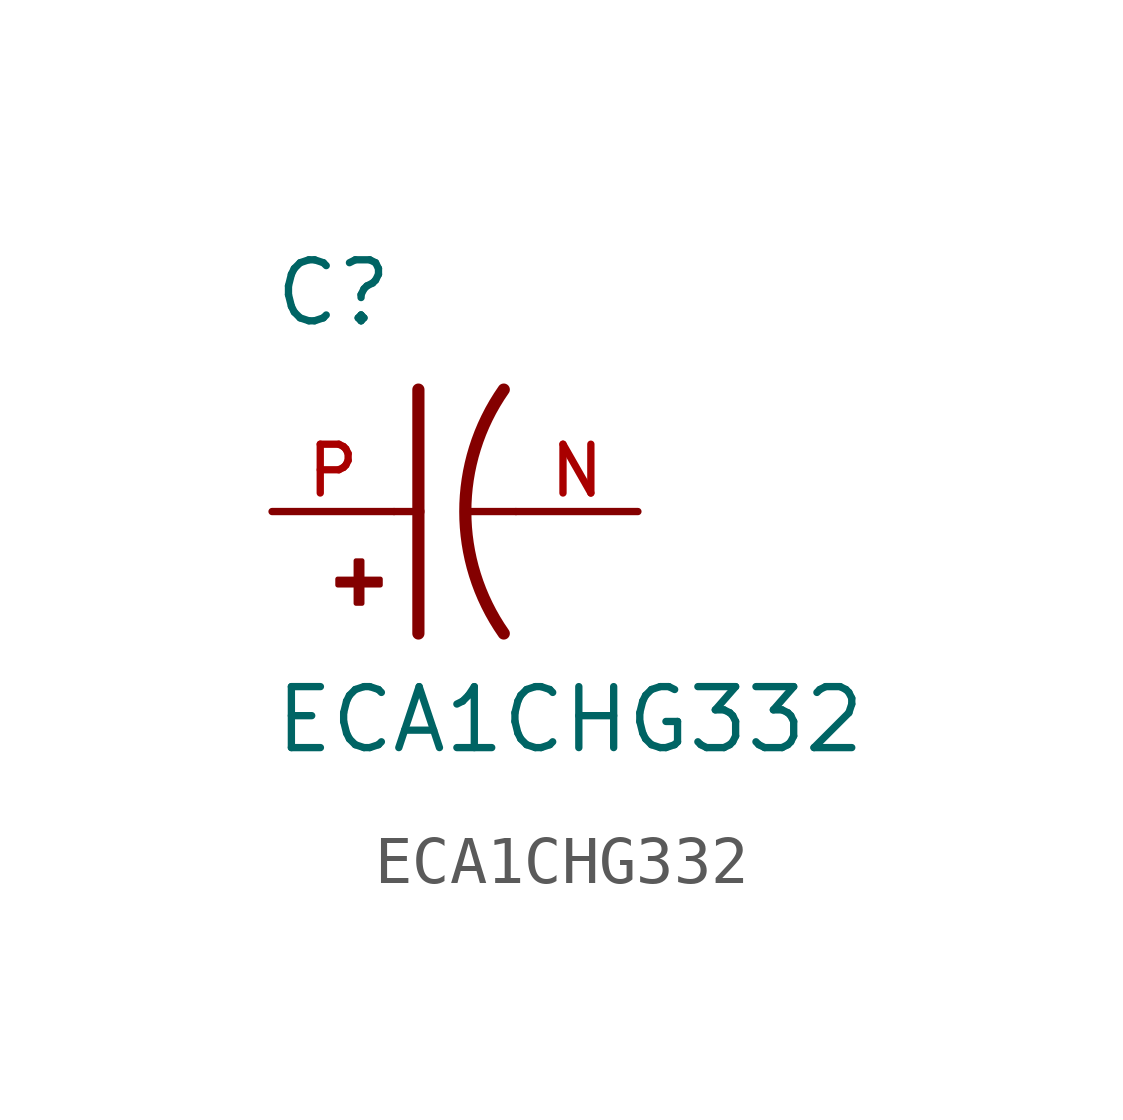
<source format=kicad_sym>
(kicad_symbol_lib
  (version 20211014)
  (generator kicad_symbol_editor)
  (symbol "ECA1CHG332"
    (pin_names
      (offset 1.016))
    (property "Reference" "C"
      (at -2.54 3.81 0)
      (effects (font (size 1.27 1.27)) (justify bottom left)))
    (property "Value" "ECA1CHG332"
      (at -2.54 -5.08 0)
      (effects (font (size 1.27 1.27)) (justify bottom left)))
    (symbol "ECA1CHG332_0_0"
      (arc (start 2.286 -2.54) (mid 1.4851 -0.0) (end 2.286 2.54) (stroke (width 0.254) (type default) (color 0 0 0 0)) (fill (type none)))
      (polyline (pts (xy 0.508 2.54) (xy 0.508 0.0)) (stroke (width 0.254)))
      (rectangle (start -1.173 -1.532) (end -0.284 -1.405) (stroke (width 0.1)) (fill (type outline)))
      (rectangle (start -0.792 -1.913) (end -0.665 -1.024) (stroke (width 0.1)) (fill (type outline)))
      (polyline (pts (xy 0.508 0.0) (xy 0.508 -2.54)) (stroke (width 0.254)))
      (polyline (pts (xy 0.0 0.0) (xy 0.508 0.0)) (stroke (width 0.152)))
      (polyline (pts (xy 2.54 0.0) (xy 1.524 0.0)) (stroke (width 0.152)))
      (pin passive line (at -2.54 0.0 0) (length 2.54) (name "~" (effects (font (size 1.016 1.016)))) (number "P" (effects (font (size 1.016 1.016)))))
      (pin passive line (at 5.08 0.0 180.0) (length 2.54) (name "~" (effects (font (size 1.016 1.016)))) (number "N" (effects (font (size 1.016 1.016))))))))
</source>
